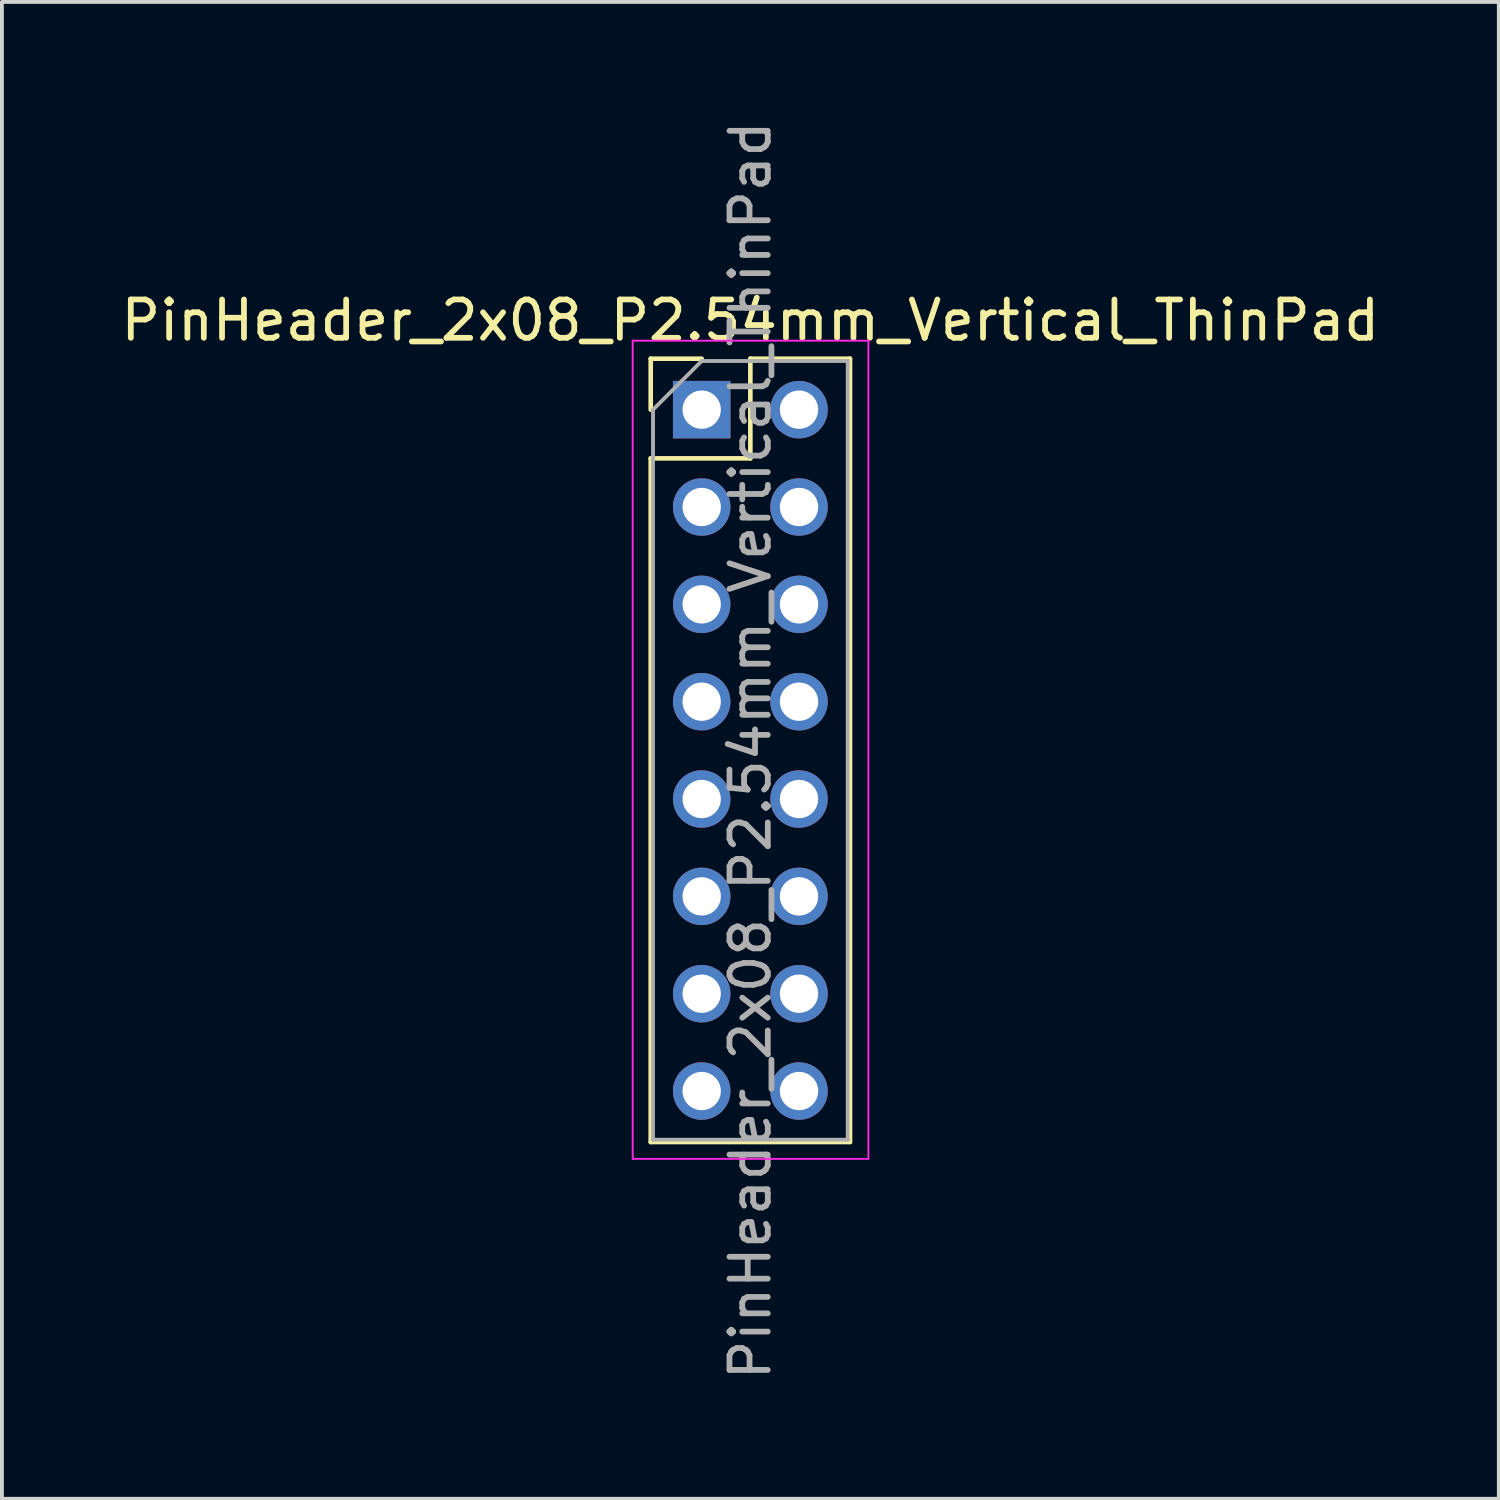
<source format=kicad_pcb>
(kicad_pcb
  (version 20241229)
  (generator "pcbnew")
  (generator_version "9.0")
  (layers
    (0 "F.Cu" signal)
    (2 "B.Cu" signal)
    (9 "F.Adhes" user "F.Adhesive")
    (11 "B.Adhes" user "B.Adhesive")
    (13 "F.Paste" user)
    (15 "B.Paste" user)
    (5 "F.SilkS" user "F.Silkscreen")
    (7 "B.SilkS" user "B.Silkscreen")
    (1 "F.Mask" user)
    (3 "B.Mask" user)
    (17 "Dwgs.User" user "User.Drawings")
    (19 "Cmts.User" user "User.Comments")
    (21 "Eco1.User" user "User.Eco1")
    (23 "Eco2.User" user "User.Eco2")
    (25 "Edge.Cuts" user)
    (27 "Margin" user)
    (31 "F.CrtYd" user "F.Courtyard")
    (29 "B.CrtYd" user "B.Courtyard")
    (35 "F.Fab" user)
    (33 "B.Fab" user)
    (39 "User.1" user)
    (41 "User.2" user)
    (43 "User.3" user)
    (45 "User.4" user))
  (footprint "PinHeader_2x08_P2.54mm_Vertical_ThinPad"
    (layer "F.Cu")
    (at 15.26 7.64)
    (property "Reference" "PinHeader_2x08_P2.54mm_Vertical_ThinPad" (at 1.27 -2.33 0) (layer "F.SilkS") (effects (font (size 1 1) (thickness 0.15))))
    (attr through_hole)
    (fp_line (start -1.33 -1.33) (end 0 -1.33) (stroke (width 0.12) (type solid)) (layer "F.SilkS"))
    (fp_line (start -1.33 0) (end -1.33 -1.33) (stroke (width 0.12) (type solid)) (layer "F.SilkS"))
    (fp_line (start -1.33 1.27) (end -1.33 19.11) (stroke (width 0.12) (type solid)) (layer "F.SilkS"))
    (fp_line (start -1.33 1.27) (end 1.27 1.27) (stroke (width 0.12) (type solid)) (layer "F.SilkS"))
    (fp_line (start -1.33 19.11) (end 3.87 19.11) (stroke (width 0.12) (type solid)) (layer "F.SilkS"))
    (fp_line (start 1.27 -1.33) (end 3.87 -1.33) (stroke (width 0.12) (type solid)) (layer "F.SilkS"))
    (fp_line (start 1.27 1.27) (end 1.27 -1.33) (stroke (width 0.12) (type solid)) (layer "F.SilkS"))
    (fp_line (start 3.87 -1.33) (end 3.87 19.11) (stroke (width 0.12) (type solid)) (layer "F.SilkS"))
    (fp_line (start -1.8 -1.8) (end -1.8 19.55) (stroke (width 0.05) (type solid)) (layer "F.CrtYd"))
    (fp_line (start -1.8 19.55) (end 4.35 19.55) (stroke (width 0.05) (type solid)) (layer "F.CrtYd"))
    (fp_line (start 4.35 -1.8) (end -1.8 -1.8) (stroke (width 0.05) (type solid)) (layer "F.CrtYd"))
    (fp_line (start 4.35 19.55) (end 4.35 -1.8) (stroke (width 0.05) (type solid)) (layer "F.CrtYd"))
    (fp_line (start -1.27 0) (end 0 -1.27) (stroke (width 0.1) (type solid)) (layer "F.Fab"))
    (fp_line (start -1.27 19.05) (end -1.27 0) (stroke (width 0.1) (type solid)) (layer "F.Fab"))
    (fp_line (start 0 -1.27) (end 3.81 -1.27) (stroke (width 0.1) (type solid)) (layer "F.Fab"))
    (fp_line (start 3.81 -1.27) (end 3.81 19.05) (stroke (width 0.1) (type solid)) (layer "F.Fab"))
    (fp_line (start 3.81 19.05) (end -1.27 19.05) (stroke (width 0.1) (type solid)) (layer "F.Fab"))
    (fp_text user "${REFERENCE}" (at 1.27 8.89 90) (layer "F.Fab") (effects (font (size 1 1) (thickness 0.15))))
    (pad "1" thru_hole rect (at 0 0) (size 1.5 1.5) (drill 1) (layers "*.Cu" "*.Mask"))
    (pad "2" thru_hole oval (at 2.54 0) (size 1.5 1.5) (drill 1) (layers "*.Cu" "*.Mask"))
    (pad "3" thru_hole oval (at 0 2.54) (size 1.5 1.5) (drill 1) (layers "*.Cu" "*.Mask"))
    (pad "4" thru_hole oval (at 2.54 2.54) (size 1.5 1.5) (drill 1) (layers "*.Cu" "*.Mask"))
    (pad "5" thru_hole oval (at 0 5.08) (size 1.5 1.5) (drill 1) (layers "*.Cu" "*.Mask"))
    (pad "6" thru_hole oval (at 2.54 5.08) (size 1.5 1.5) (drill 1) (layers "*.Cu" "*.Mask"))
    (pad "7" thru_hole oval (at 0 7.62) (size 1.5 1.5) (drill 1) (layers "*.Cu" "*.Mask"))
    (pad "8" thru_hole oval (at 2.54 7.62) (size 1.5 1.5) (drill 1) (layers "*.Cu" "*.Mask"))
    (pad "9" thru_hole oval (at 0 10.16) (size 1.5 1.5) (drill 1) (layers "*.Cu" "*.Mask"))
    (pad "10" thru_hole oval (at 2.54 10.16) (size 1.5 1.5) (drill 1) (layers "*.Cu" "*.Mask"))
    (pad "11" thru_hole oval (at 0 12.7) (size 1.5 1.5) (drill 1) (layers "*.Cu" "*.Mask"))
    (pad "12" thru_hole oval (at 2.54 12.7) (size 1.5 1.5) (drill 1) (layers "*.Cu" "*.Mask"))
    (pad "13" thru_hole oval (at 0 15.24) (size 1.5 1.5) (drill 1) (layers "*.Cu" "*.Mask"))
    (pad "14" thru_hole oval (at 2.54 15.24) (size 1.5 1.5) (drill 1) (layers "*.Cu" "*.Mask"))
    (pad "15" thru_hole oval (at 0 17.78) (size 1.5 1.5) (drill 1) (layers "*.Cu" "*.Mask"))
    (pad "16" thru_hole oval (at 2.54 17.78) (size 1.5 1.5) (drill 1) (layers "*.Cu" "*.Mask")))
  (gr_rect
    (start -3 -3)
    (end 36.06 36.06)
    (stroke (width 0.1) (type default))
    (fill no)
    (layer "Edge.Cuts")))
</source>
